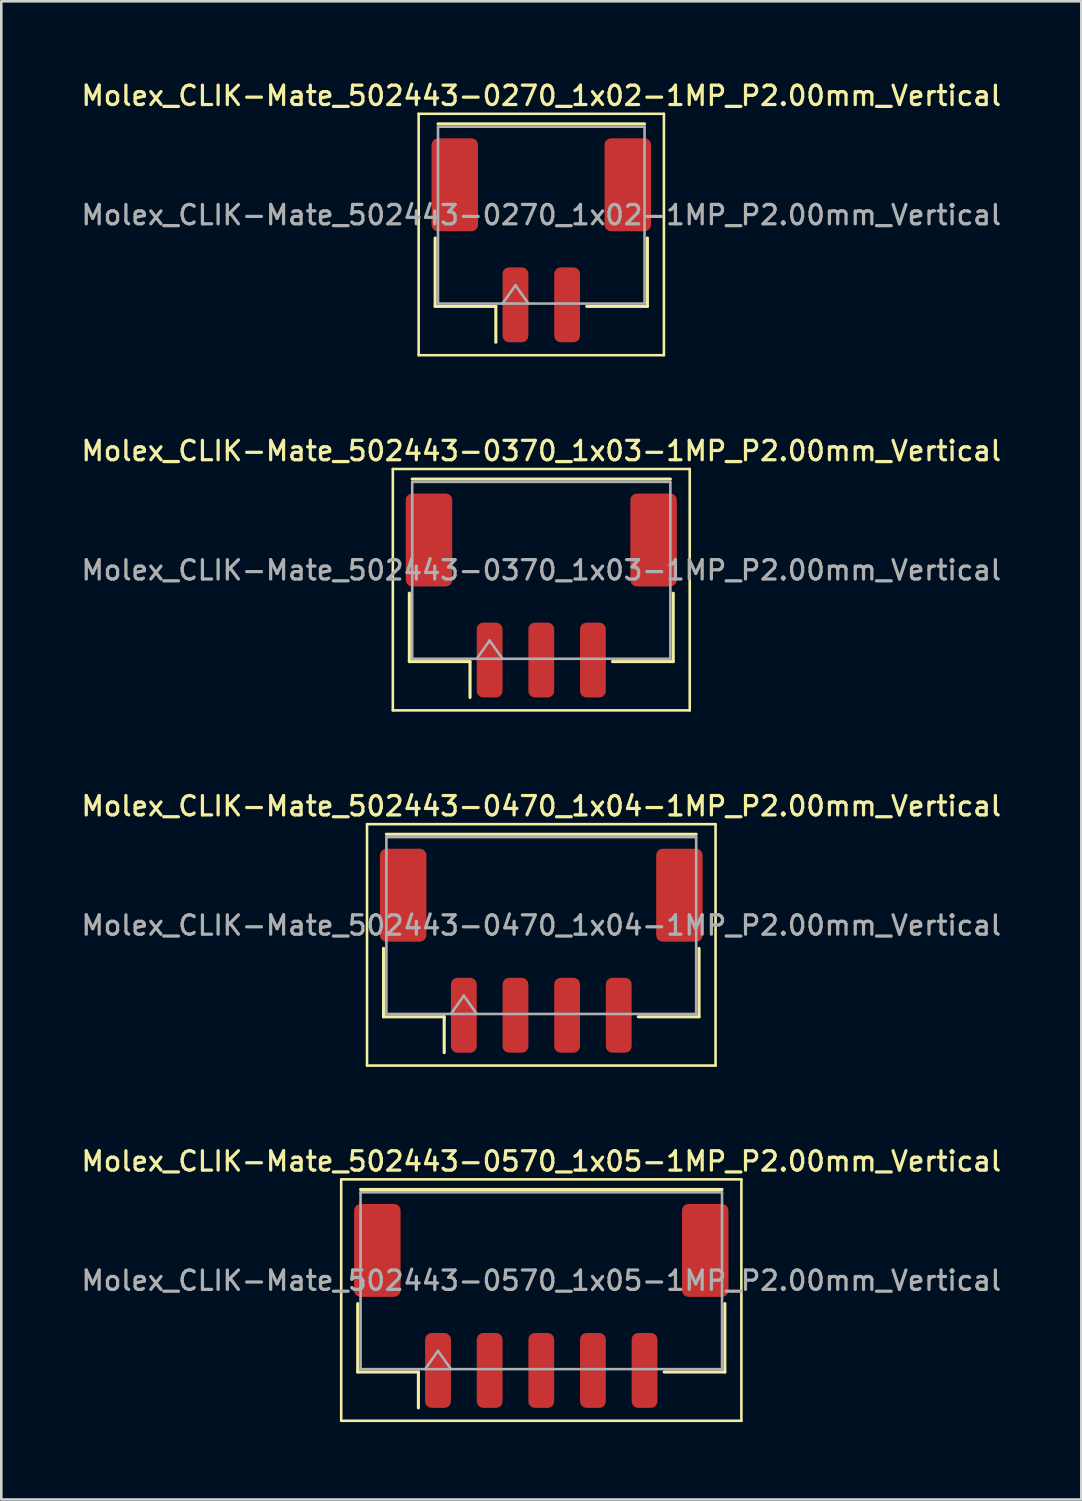
<source format=kicad_pcb>
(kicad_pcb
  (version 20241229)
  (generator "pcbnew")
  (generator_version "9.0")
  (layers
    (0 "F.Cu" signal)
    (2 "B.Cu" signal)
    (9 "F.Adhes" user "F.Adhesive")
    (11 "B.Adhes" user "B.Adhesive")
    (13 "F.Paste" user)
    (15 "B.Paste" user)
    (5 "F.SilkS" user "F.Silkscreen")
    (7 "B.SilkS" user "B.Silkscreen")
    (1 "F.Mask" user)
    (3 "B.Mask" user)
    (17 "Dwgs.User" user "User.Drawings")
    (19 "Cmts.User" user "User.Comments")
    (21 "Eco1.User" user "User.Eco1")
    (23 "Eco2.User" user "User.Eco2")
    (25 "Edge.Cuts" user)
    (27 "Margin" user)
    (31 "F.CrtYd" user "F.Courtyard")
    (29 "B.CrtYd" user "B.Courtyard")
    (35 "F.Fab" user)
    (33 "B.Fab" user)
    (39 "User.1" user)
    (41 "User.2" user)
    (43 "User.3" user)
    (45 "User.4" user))
  (footprint "Molex_CLIK-Mate_502443-0570_1x05-1MP_P2.00mm_Vertical"
    (layer "F.Cu")
    (at 17.916 47.532)
    (property "Reference" "Molex_CLIK-Mate_502443-0570_1x05-1MP_P2.00mm_Vertical" (at 0 -5.6 0) (layer "F.SilkS") (effects (font (size 0.75 0.75) (thickness 0.125))))
    (attr smd)
    (fp_line (start -7.75 -4.9) (end -7.75 4.45) (stroke (width 0.1) (type solid)) (layer "F.SilkS"))
    (fp_line (start -7.75 4.45) (end 7.75 4.45) (stroke (width 0.1) (type solid)) (layer "F.SilkS"))
    (fp_line (start -7.11 -0.09) (end -7.11 2.56) (stroke (width 0.12) (type solid)) (layer "F.SilkS"))
    (fp_line (start -7.11 2.56) (end -4.76 2.56) (stroke (width 0.12) (type solid)) (layer "F.SilkS"))
    (fp_line (start -7 -4.51) (end 7 -4.51) (stroke (width 0.12) (type solid)) (layer "F.SilkS"))
    (fp_line (start -4.76 2.56) (end -4.76 3.95) (stroke (width 0.12) (type solid)) (layer "F.SilkS"))
    (fp_line (start 7.11 -0.09) (end 7.11 2.56) (stroke (width 0.12) (type solid)) (layer "F.SilkS"))
    (fp_line (start 7.11 2.56) (end 4.76 2.56) (stroke (width 0.12) (type solid)) (layer "F.SilkS"))
    (fp_line (start 7.75 -4.9) (end -7.75 -4.9) (stroke (width 0.1) (type solid)) (layer "F.SilkS"))
    (fp_line (start 7.75 4.45) (end 7.75 -4.9) (stroke (width 0.1) (type solid)) (layer "F.SilkS"))
    (fp_line (start -7 -4.4) (end 7 -4.4) (stroke (width 0.1) (type solid)) (layer "F.Fab"))
    (fp_line (start -7 2.45) (end -7 -4.4) (stroke (width 0.1) (type solid)) (layer "F.Fab"))
    (fp_line (start -7 2.45) (end 7 2.45) (stroke (width 0.1) (type solid)) (layer "F.Fab"))
    (fp_line (start -4.5 2.45) (end -4 1.743) (stroke (width 0.1) (type solid)) (layer "F.Fab"))
    (fp_line (start -4 1.743) (end -3.5 2.45) (stroke (width 0.1) (type solid)) (layer "F.Fab"))
    (fp_line (start 7 2.45) (end 7 -4.4) (stroke (width 0.1) (type solid)) (layer "F.Fab"))
    (fp_text user "${REFERENCE}" (at 0 -0.98 0) (layer "F.Fab") (effects (font (size 0.75 0.75) (thickness 0.125))))
    (pad "1" smd roundrect (at -4 2.5) (size 1 2.9) (layers "F.Cu" "F.Mask" "F.Paste") (roundrect_rratio 0.25))
    (pad "2" smd roundrect (at -2 2.5) (size 1 2.9) (layers "F.Cu" "F.Mask" "F.Paste") (roundrect_rratio 0.25))
    (pad "3" smd roundrect (at 0 2.5) (size 1 2.9) (layers "F.Cu" "F.Mask" "F.Paste") (roundrect_rratio 0.25))
    (pad "4" smd roundrect (at 2 2.5) (size 1 2.9) (layers "F.Cu" "F.Mask" "F.Paste") (roundrect_rratio 0.25))
    (pad "5" smd roundrect (at 4 2.5) (size 1 2.9) (layers "F.Cu" "F.Mask" "F.Paste") (roundrect_rratio 0.25))
    (pad "MP" smd roundrect (at -6.35 -2.15) (size 1.8 3.6) (layers "F.Cu" "F.Mask" "F.Paste") (roundrect_rratio 0.139))
    (pad "MP" smd roundrect (at 6.35 -2.15) (size 1.8 3.6) (layers "F.Cu" "F.Mask" "F.Paste") (roundrect_rratio 0.139)))
  (footprint "Molex_CLIK-Mate_502443-0370_1x03-1MP_P2.00mm_Vertical"
    (layer "F.Cu")
    (at 17.916 20.016)
    (property "Reference" "Molex_CLIK-Mate_502443-0370_1x03-1MP_P2.00mm_Vertical" (at 0 -5.6 0) (layer "F.SilkS") (effects (font (size 0.75 0.75) (thickness 0.125))))
    (attr smd)
    (fp_line (start -5.75 -4.9) (end -5.75 4.45) (stroke (width 0.1) (type solid)) (layer "F.SilkS"))
    (fp_line (start -5.75 4.45) (end 5.75 4.45) (stroke (width 0.1) (type solid)) (layer "F.SilkS"))
    (fp_line (start -5.11 -0.09) (end -5.11 2.56) (stroke (width 0.12) (type solid)) (layer "F.SilkS"))
    (fp_line (start -5.11 2.56) (end -2.76 2.56) (stroke (width 0.12) (type solid)) (layer "F.SilkS"))
    (fp_line (start -5 -4.51) (end 5 -4.51) (stroke (width 0.12) (type solid)) (layer "F.SilkS"))
    (fp_line (start -2.76 2.56) (end -2.76 3.95) (stroke (width 0.12) (type solid)) (layer "F.SilkS"))
    (fp_line (start 5.11 -0.09) (end 5.11 2.56) (stroke (width 0.12) (type solid)) (layer "F.SilkS"))
    (fp_line (start 5.11 2.56) (end 2.76 2.56) (stroke (width 0.12) (type solid)) (layer "F.SilkS"))
    (fp_line (start 5.75 -4.9) (end -5.75 -4.9) (stroke (width 0.1) (type solid)) (layer "F.SilkS"))
    (fp_line (start 5.75 4.45) (end 5.75 -4.9) (stroke (width 0.1) (type solid)) (layer "F.SilkS"))
    (fp_line (start -5 -4.4) (end 5 -4.4) (stroke (width 0.1) (type solid)) (layer "F.Fab"))
    (fp_line (start -5 2.45) (end -5 -4.4) (stroke (width 0.1) (type solid)) (layer "F.Fab"))
    (fp_line (start -5 2.45) (end 5 2.45) (stroke (width 0.1) (type solid)) (layer "F.Fab"))
    (fp_line (start -2.5 2.45) (end -2 1.743) (stroke (width 0.1) (type solid)) (layer "F.Fab"))
    (fp_line (start -2 1.743) (end -1.5 2.45) (stroke (width 0.1) (type solid)) (layer "F.Fab"))
    (fp_line (start 5 2.45) (end 5 -4.4) (stroke (width 0.1) (type solid)) (layer "F.Fab"))
    (fp_text user "${REFERENCE}" (at 0 -0.98 0) (layer "F.Fab") (effects (font (size 0.75 0.75) (thickness 0.125))))
    (pad "1" smd roundrect (at -2 2.5) (size 1 2.9) (layers "F.Cu" "F.Mask" "F.Paste") (roundrect_rratio 0.25))
    (pad "2" smd roundrect (at 0 2.5) (size 1 2.9) (layers "F.Cu" "F.Mask" "F.Paste") (roundrect_rratio 0.25))
    (pad "3" smd roundrect (at 2 2.5) (size 1 2.9) (layers "F.Cu" "F.Mask" "F.Paste") (roundrect_rratio 0.25))
    (pad "MP" smd roundrect (at -4.35 -2.15) (size 1.8 3.6) (layers "F.Cu" "F.Mask" "F.Paste") (roundrect_rratio 0.139))
    (pad "MP" smd roundrect (at 4.35 -2.15) (size 1.8 3.6) (layers "F.Cu" "F.Mask" "F.Paste") (roundrect_rratio 0.139)))
  (footprint "Molex_CLIK-Mate_502443-0270_1x02-1MP_P2.00mm_Vertical"
    (layer "F.Cu")
    (at 17.916 6.258)
    (property "Reference" "Molex_CLIK-Mate_502443-0270_1x02-1MP_P2.00mm_Vertical" (at 0 -5.6 0) (layer "F.SilkS") (effects (font (size 0.75 0.75) (thickness 0.125))))
    (attr smd)
    (fp_line (start -4.75 -4.9) (end -4.75 4.45) (stroke (width 0.1) (type solid)) (layer "F.SilkS"))
    (fp_line (start -4.75 4.45) (end 4.75 4.45) (stroke (width 0.1) (type solid)) (layer "F.SilkS"))
    (fp_line (start -4.11 -0.09) (end -4.11 2.56) (stroke (width 0.12) (type solid)) (layer "F.SilkS"))
    (fp_line (start -4.11 2.56) (end -1.76 2.56) (stroke (width 0.12) (type solid)) (layer "F.SilkS"))
    (fp_line (start -4 -4.51) (end 4 -4.51) (stroke (width 0.12) (type solid)) (layer "F.SilkS"))
    (fp_line (start -1.76 2.56) (end -1.76 3.95) (stroke (width 0.12) (type solid)) (layer "F.SilkS"))
    (fp_line (start 4.11 -0.09) (end 4.11 2.56) (stroke (width 0.12) (type solid)) (layer "F.SilkS"))
    (fp_line (start 4.11 2.56) (end 1.76 2.56) (stroke (width 0.12) (type solid)) (layer "F.SilkS"))
    (fp_line (start 4.75 -4.9) (end -4.75 -4.9) (stroke (width 0.1) (type solid)) (layer "F.SilkS"))
    (fp_line (start 4.75 4.45) (end 4.75 -4.9) (stroke (width 0.1) (type solid)) (layer "F.SilkS"))
    (fp_line (start -4 -4.4) (end 4 -4.4) (stroke (width 0.1) (type solid)) (layer "F.Fab"))
    (fp_line (start -4 2.45) (end -4 -4.4) (stroke (width 0.1) (type solid)) (layer "F.Fab"))
    (fp_line (start -4 2.45) (end 4 2.45) (stroke (width 0.1) (type solid)) (layer "F.Fab"))
    (fp_line (start -1.5 2.45) (end -1 1.743) (stroke (width 0.1) (type solid)) (layer "F.Fab"))
    (fp_line (start -1 1.743) (end -0.5 2.45) (stroke (width 0.1) (type solid)) (layer "F.Fab"))
    (fp_line (start 4 2.45) (end 4 -4.4) (stroke (width 0.1) (type solid)) (layer "F.Fab"))
    (fp_text user "${REFERENCE}" (at 0 -0.98 0) (layer "F.Fab") (effects (font (size 0.75 0.75) (thickness 0.125))))
    (pad "1" smd roundrect (at -1 2.5) (size 1 2.9) (layers "F.Cu" "F.Mask" "F.Paste") (roundrect_rratio 0.25))
    (pad "2" smd roundrect (at 1 2.5) (size 1 2.9) (layers "F.Cu" "F.Mask" "F.Paste") (roundrect_rratio 0.25))
    (pad "MP" smd roundrect (at -3.35 -2.15) (size 1.8 3.6) (layers "F.Cu" "F.Mask" "F.Paste") (roundrect_rratio 0.139))
    (pad "MP" smd roundrect (at 3.35 -2.15) (size 1.8 3.6) (layers "F.Cu" "F.Mask" "F.Paste") (roundrect_rratio 0.139)))
  (footprint "Molex_CLIK-Mate_502443-0470_1x04-1MP_P2.00mm_Vertical"
    (layer "F.Cu")
    (at 17.916 33.774)
    (property "Reference" "Molex_CLIK-Mate_502443-0470_1x04-1MP_P2.00mm_Vertical" (at 0 -5.6 0) (layer "F.SilkS") (effects (font (size 0.75 0.75) (thickness 0.125))))
    (attr smd)
    (fp_line (start -6.75 -4.9) (end -6.75 4.45) (stroke (width 0.1) (type solid)) (layer "F.SilkS"))
    (fp_line (start -6.75 4.45) (end 6.75 4.45) (stroke (width 0.1) (type solid)) (layer "F.SilkS"))
    (fp_line (start -6.11 -0.09) (end -6.11 2.56) (stroke (width 0.12) (type solid)) (layer "F.SilkS"))
    (fp_line (start -6.11 2.56) (end -3.76 2.56) (stroke (width 0.12) (type solid)) (layer "F.SilkS"))
    (fp_line (start -6 -4.51) (end 6 -4.51) (stroke (width 0.12) (type solid)) (layer "F.SilkS"))
    (fp_line (start -3.76 2.56) (end -3.76 3.95) (stroke (width 0.12) (type solid)) (layer "F.SilkS"))
    (fp_line (start 6.11 -0.09) (end 6.11 2.56) (stroke (width 0.12) (type solid)) (layer "F.SilkS"))
    (fp_line (start 6.11 2.56) (end 3.76 2.56) (stroke (width 0.12) (type solid)) (layer "F.SilkS"))
    (fp_line (start 6.75 -4.9) (end -6.75 -4.9) (stroke (width 0.1) (type solid)) (layer "F.SilkS"))
    (fp_line (start 6.75 4.45) (end 6.75 -4.9) (stroke (width 0.1) (type solid)) (layer "F.SilkS"))
    (fp_line (start -6 -4.4) (end 6 -4.4) (stroke (width 0.1) (type solid)) (layer "F.Fab"))
    (fp_line (start -6 2.45) (end -6 -4.4) (stroke (width 0.1) (type solid)) (layer "F.Fab"))
    (fp_line (start -6 2.45) (end 6 2.45) (stroke (width 0.1) (type solid)) (layer "F.Fab"))
    (fp_line (start -3.5 2.45) (end -3 1.743) (stroke (width 0.1) (type solid)) (layer "F.Fab"))
    (fp_line (start -3 1.743) (end -2.5 2.45) (stroke (width 0.1) (type solid)) (layer "F.Fab"))
    (fp_line (start 6 2.45) (end 6 -4.4) (stroke (width 0.1) (type solid)) (layer "F.Fab"))
    (fp_text user "${REFERENCE}" (at 0 -0.98 0) (layer "F.Fab") (effects (font (size 0.75 0.75) (thickness 0.125))))
    (pad "1" smd roundrect (at -3 2.5) (size 1 2.9) (layers "F.Cu" "F.Mask" "F.Paste") (roundrect_rratio 0.25))
    (pad "2" smd roundrect (at -1 2.5) (size 1 2.9) (layers "F.Cu" "F.Mask" "F.Paste") (roundrect_rratio 0.25))
    (pad "3" smd roundrect (at 1 2.5) (size 1 2.9) (layers "F.Cu" "F.Mask" "F.Paste") (roundrect_rratio 0.25))
    (pad "4" smd roundrect (at 3 2.5) (size 1 2.9) (layers "F.Cu" "F.Mask" "F.Paste") (roundrect_rratio 0.25))
    (pad "MP" smd roundrect (at -5.35 -2.15) (size 1.8 3.6) (layers "F.Cu" "F.Mask" "F.Paste") (roundrect_rratio 0.139))
    (pad "MP" smd roundrect (at 5.35 -2.15) (size 1.8 3.6) (layers "F.Cu" "F.Mask" "F.Paste") (roundrect_rratio 0.139)))
  (gr_rect
    (start -3 -3)
    (end 38.832 55.032)
    (stroke (width 0.1) (type default))
    (fill no)
    (layer "Edge.Cuts")))
</source>
